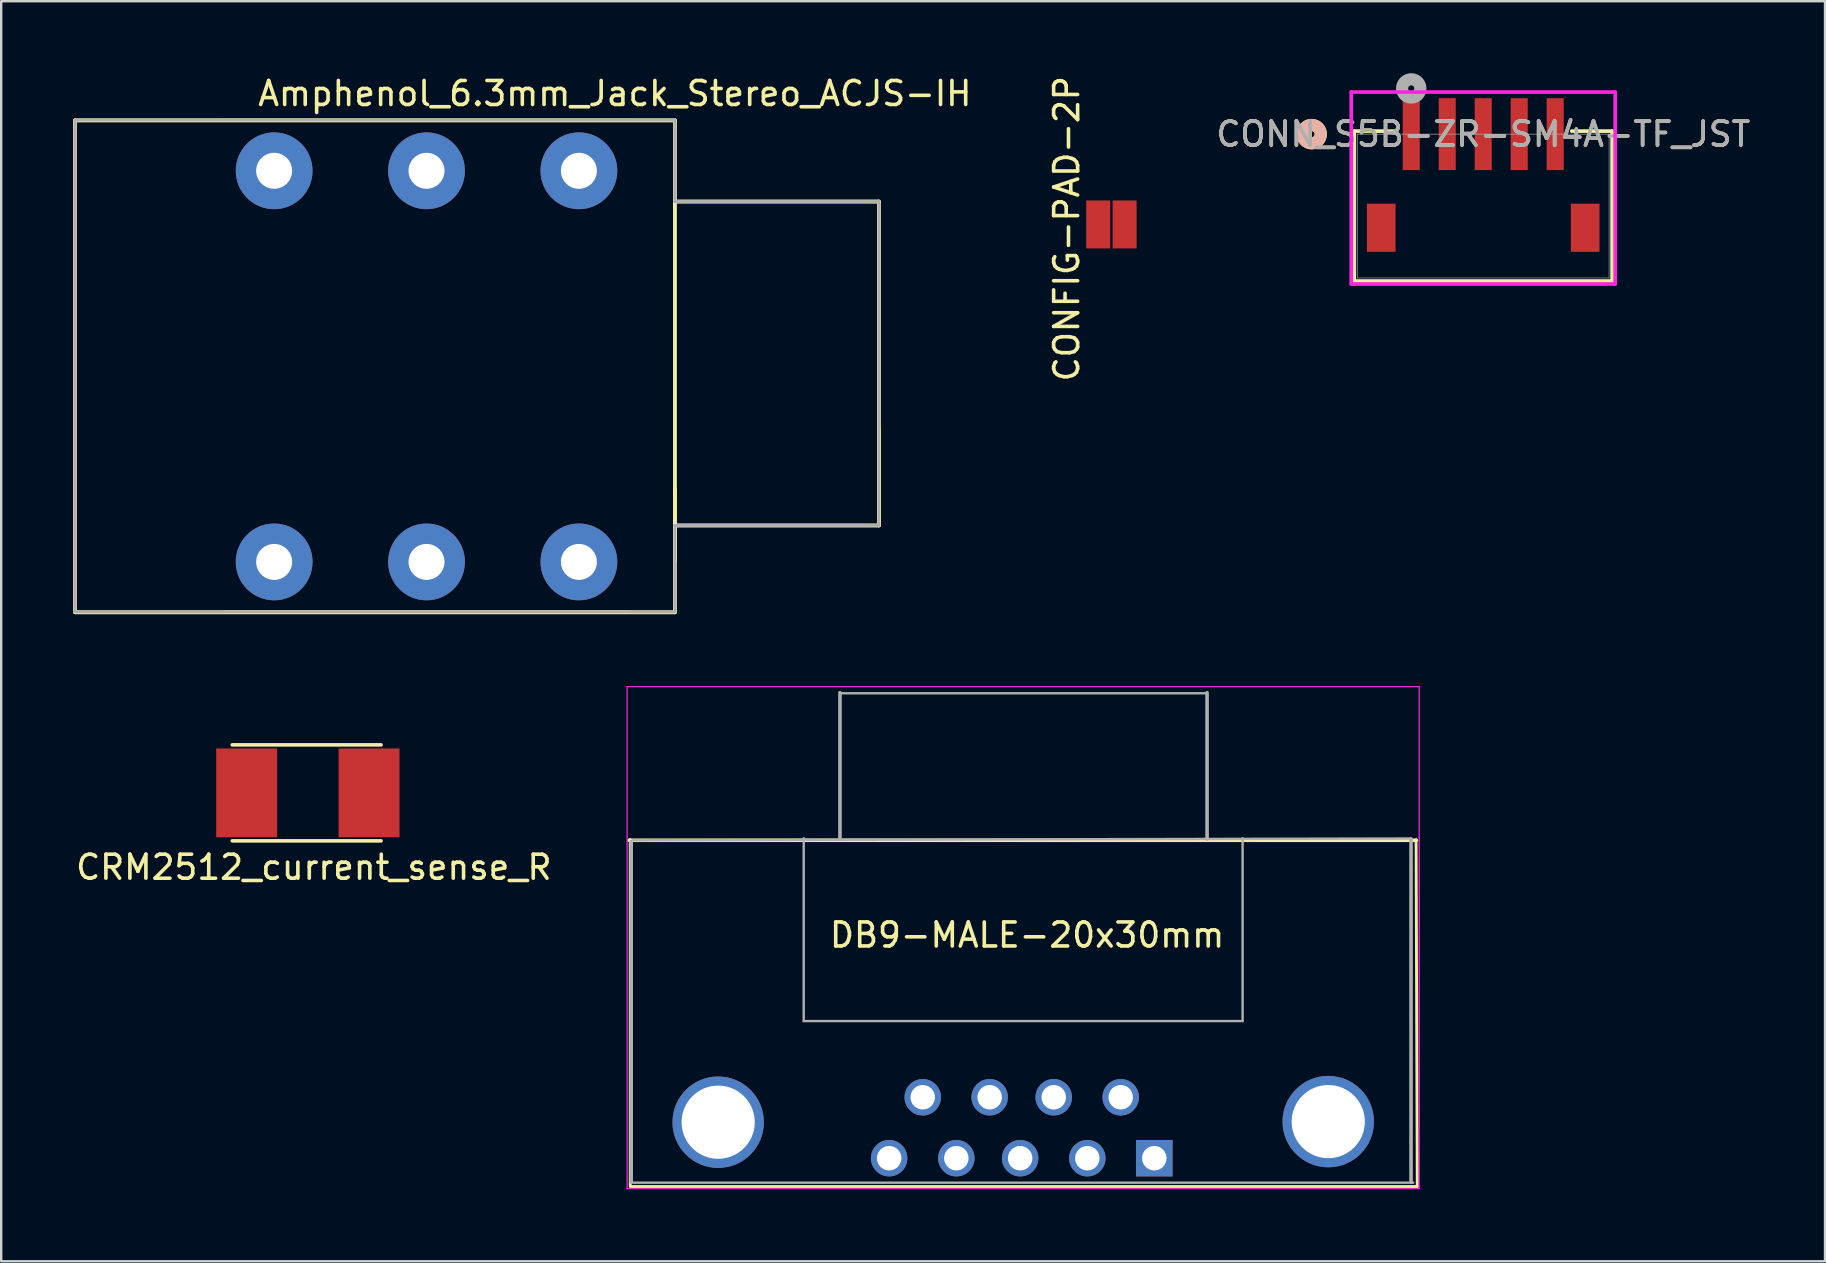
<source format=kicad_pcb>
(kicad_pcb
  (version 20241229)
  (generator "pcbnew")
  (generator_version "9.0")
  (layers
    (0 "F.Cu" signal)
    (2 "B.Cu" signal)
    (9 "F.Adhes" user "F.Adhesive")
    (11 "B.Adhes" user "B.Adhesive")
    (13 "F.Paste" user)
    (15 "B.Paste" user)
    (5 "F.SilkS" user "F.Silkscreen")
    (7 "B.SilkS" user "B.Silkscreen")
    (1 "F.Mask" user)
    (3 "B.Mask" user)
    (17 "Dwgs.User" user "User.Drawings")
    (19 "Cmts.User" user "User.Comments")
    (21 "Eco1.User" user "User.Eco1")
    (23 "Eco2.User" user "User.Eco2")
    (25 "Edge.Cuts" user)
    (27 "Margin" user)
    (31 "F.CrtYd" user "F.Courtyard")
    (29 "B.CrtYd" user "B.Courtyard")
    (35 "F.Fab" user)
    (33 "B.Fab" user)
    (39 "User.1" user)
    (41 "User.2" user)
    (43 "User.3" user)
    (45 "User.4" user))
  (footprint "CONN_S5B-ZR-SM4A-TF_JST"
    (layer "F.Cu")
    (at 55.763 2.54)
    (property "Reference" "CONN_S5B-ZR-SM4A-TF_JST" (at 3 0 0) (unlocked yes) (layer "F.SilkS") (effects (font (size 1 1) (thickness 0.15))))
    (attr smd)
    (fp_line (start -2.372 -0.127) (end -2.372 6.121) (stroke (width 0.152) (type solid)) (layer "F.SilkS"))
    (fp_line (start -2.372 6.121) (end 8.372 6.121) (stroke (width 0.152) (type solid)) (layer "F.SilkS"))
    (fp_line (start -0.688 -0.127) (end -2.372 -0.127) (stroke (width 0.152) (type solid)) (layer "F.SilkS"))
    (fp_line (start 8.372 -0.127) (end 6.688 -0.127) (stroke (width 0.152) (type solid)) (layer "F.SilkS"))
    (fp_line (start 8.372 6.121) (end 8.372 -0.127) (stroke (width 0.152) (type solid)) (layer "F.SilkS"))
    (fp_circle (center -4.15 0) (end -3.769 0) (stroke (width 0.508) (type solid)) (fill no) (layer "F.SilkS"))
    (fp_circle (center -4.15 0) (end -3.769 0) (stroke (width 0.508) (type solid)) (fill no) (layer "B.SilkS"))
    (fp_line (start -2.499 -1.753) (end -2.499 6.248) (stroke (width 0.152) (type solid)) (layer "F.CrtYd"))
    (fp_line (start -2.499 6.248) (end 8.499 6.248) (stroke (width 0.152) (type solid)) (layer "F.CrtYd"))
    (fp_line (start 8.499 -1.753) (end -2.499 -1.753) (stroke (width 0.152) (type solid)) (layer "F.CrtYd"))
    (fp_line (start 8.499 6.248) (end 8.499 -1.753) (stroke (width 0.152) (type solid)) (layer "F.CrtYd"))
    (fp_line (start -2.245 0) (end -2.245 5.994) (stroke (width 0.025) (type solid)) (layer "F.Fab"))
    (fp_line (start -2.245 5.994) (end 8.245 5.994) (stroke (width 0.025) (type solid)) (layer "F.Fab"))
    (fp_line (start 8.245 0) (end -2.245 0) (stroke (width 0.025) (type solid)) (layer "F.Fab"))
    (fp_line (start 8.245 5.994) (end 8.245 0) (stroke (width 0.025) (type solid)) (layer "F.Fab"))
    (fp_circle (center 0 -1.905) (end 0.381 -1.905) (stroke (width 0.508) (type solid)) (fill no) (layer "F.Fab"))
    (fp_text user "${REFERENCE}" (at 3 0 0) (unlocked yes) (layer "F.Fab") (effects (font (size 1 1) (thickness 0.15))))
    (pad "1" smd rect (at 0 0) (size 0.711 2.997) (layers "F.Cu" "F.Mask" "F.Paste"))
    (pad "2" smd rect (at 1.5 0) (size 0.711 2.997) (layers "F.Cu" "F.Mask" "F.Paste"))
    (pad "3" smd rect (at 3 0) (size 0.711 2.997) (layers "F.Cu" "F.Mask" "F.Paste"))
    (pad "4" smd rect (at 4.5 0) (size 0.711 2.997) (layers "F.Cu" "F.Mask" "F.Paste"))
    (pad "5" smd rect (at 6 0) (size 0.711 2.997) (layers "F.Cu" "F.Mask" "F.Paste"))
    (pad "6" smd rect (at -1.25 3.902) (size 1.194 2.007) (layers "F.Cu" "F.Mask" "F.Paste"))
    (pad "7" smd rect (at 7.25 3.902) (size 1.194 2.007) (layers "F.Cu" "F.Mask" "F.Paste")))
  (footprint "Amphenol_6.3mm_Jack_Stereo_ACJS-IH"
    (layer "F.Cu")
    (at 14.725 12.218)
    (property "Reference" "Amphenol_6.3mm_Jack_Stereo_ACJS-IH" (at 7.85 -11.37 0) (layer "F.SilkS") (effects (font (size 1 1) (thickness 0.15))))
    (attr through_hole)
    (fp_line (start -14.65 -10.25) (end 10.35 -10.25) (stroke (width 0.15) (type solid)) (layer "F.SilkS"))
    (fp_line (start -14.65 -10.25) (end 10.35 -10.25) (stroke (width 0.15) (type solid)) (layer "F.SilkS"))
    (fp_line (start -14.65 10.13) (end -14.65 -10.25) (stroke (width 0.15) (type solid)) (layer "F.SilkS"))
    (fp_line (start -14.65 10.13) (end -14.65 -10.25) (stroke (width 0.15) (type solid)) (layer "F.SilkS"))
    (fp_line (start -8.45 10.25) (end 8.45 10.25) (stroke (width 0.12) (type solid)) (layer "F.SilkS"))
    (fp_line (start -8.45 10.25) (end 8.45 10.25) (stroke (width 0.12) (type solid)) (layer "F.SilkS"))
    (fp_line (start 8.45 -10.25) (end -8.45 -10.25) (stroke (width 0.12) (type solid)) (layer "F.SilkS"))
    (fp_line (start 8.45 -10.25) (end -8.45 -10.25) (stroke (width 0.12) (type solid)) (layer "F.SilkS"))
    (fp_line (start 10.35 -10.25) (end 10.35 10.25) (stroke (width 0.15) (type solid)) (layer "F.SilkS"))
    (fp_line (start 10.35 -10.25) (end 10.35 10.25) (stroke (width 0.15) (type solid)) (layer "F.SilkS"))
    (fp_line (start 10.35 6.63) (end 18.85 6.63) (stroke (width 0.15) (type solid)) (layer "F.SilkS"))
    (fp_line (start 10.35 6.63) (end 18.85 6.63) (stroke (width 0.15) (type solid)) (layer "F.SilkS"))
    (fp_line (start 10.35 8.13) (end 10.35 5.13) (stroke (width 0.15) (type solid)) (layer "F.SilkS"))
    (fp_line (start 10.35 8.13) (end 10.35 5.13) (stroke (width 0.15) (type solid)) (layer "F.SilkS"))
    (fp_line (start 10.35 10.25) (end -14.65 10.25) (stroke (width 0.15) (type solid)) (layer "F.SilkS"))
    (fp_line (start 10.35 10.25) (end -14.65 10.25) (stroke (width 0.15) (type solid)) (layer "F.SilkS"))
    (fp_line (start 18.85 -6.87) (end 10.35 -6.87) (stroke (width 0.15) (type solid)) (layer "F.SilkS"))
    (fp_line (start 18.85 -6.87) (end 10.35 -6.87) (stroke (width 0.15) (type solid)) (layer "F.SilkS"))
    (fp_line (start 18.85 6.63) (end 18.85 -6.87) (stroke (width 0.15) (type solid)) (layer "F.SilkS"))
    (fp_line (start 18.85 6.63) (end 18.85 -6.87) (stroke (width 0.15) (type solid)) (layer "F.SilkS"))
    (fp_line (start 18.85 6.63) (end 18.85 2.63) (stroke (width 0.15) (type solid)) (layer "F.SilkS"))
    (fp_line (start 18.85 6.63) (end 18.85 2.63) (stroke (width 0.15) (type solid)) (layer "F.SilkS"))
    (fp_line (start -14.65 -10.27) (end 10.35 -10.27) (stroke (width 0.12) (type solid)) (layer "F.Fab"))
    (fp_line (start -14.65 10.23) (end -14.65 -10.27) (stroke (width 0.12) (type solid)) (layer "F.Fab"))
    (fp_line (start 10.35 -10.27) (end 10.35 -6.87) (stroke (width 0.12) (type solid)) (layer "F.Fab"))
    (fp_line (start 10.35 -6.87) (end 18.85 -6.87) (stroke (width 0.12) (type solid)) (layer "F.Fab"))
    (fp_line (start 10.35 6.63) (end 10.35 10.23) (stroke (width 0.12) (type solid)) (layer "F.Fab"))
    (fp_line (start 10.35 10.23) (end -14.65 10.23) (stroke (width 0.12) (type solid)) (layer "F.Fab"))
    (fp_line (start 18.85 -6.87) (end 18.85 6.63) (stroke (width 0.12) (type solid)) (layer "F.Fab"))
    (fp_line (start 18.85 6.63) (end 10.35 6.63) (stroke (width 0.12) (type solid)) (layer "F.Fab"))
    (pad "R" thru_hole circle (at 0 -8.15) (size 3.2 3.2) (drill 1.5) (layers "*.Cu" "*.Mask"))
    (pad "RN" thru_hole circle (at 0 8.15) (size 3.2 3.2) (drill 1.5) (layers "*.Cu" "*.Mask"))
    (pad "S" thru_hole circle (at 6.35 -8.15) (size 3.2 3.2) (drill 1.5) (layers "*.Cu" "*.Mask"))
    (pad "SN" thru_hole circle (at 6.35 8.15) (size 3.2 3.2) (drill 1.5) (layers "*.Cu" "*.Mask"))
    (pad "T" thru_hole circle (at -6.35 -8.15) (size 3.2 3.2) (drill 1.5) (layers "*.Cu" "*.Mask"))
    (pad "TN" thru_hole circle (at -6.35 8.15) (size 3.2 3.2) (drill 1.5) (layers "*.Cu" "*.Mask")))
  (footprint "CONFIG-PAD-2P"
    (layer "F.Cu")
    (at 43.269 6.304)
    (property "Reference" "CONFIG-PAD-2P" (at -1.864 0.178 90) (layer "F.SilkS") (effects (font (size 1 1) (thickness 0.15))))
    (attr through_hole allow_soldermask_bridges)
    (fp_rect (start -1.05 -1) (end 1.047 1) (stroke (width 0) (type solid)) (fill yes) (layer "F.Mask"))
    (pad "1" smd rect (at -0.95 0) (size 1 2) (drill (offset 0.4 0)) (layers "F.Cu" "F.Mask"))
    (pad "2" smd rect (at 0.95 0) (size 1 2) (drill (offset -0.4 0)) (layers "F.Cu" "F.Mask"))
    (zone (net_name "") (layer "F.Cu") (hatch none 0.5) (connect_pads) (min_thickness 0.25) (filled_areas_thickness no) (keepout (tracks allowed) (vias allowed) (pads allowed) (copperpour not_allowed) (footprints allowed)) (placement (enabled no)) (fill) (polygon (pts (xy 42.019 5.104) (xy 44.519 5.104) (xy 44.519 7.504) (xy 42.019 7.504)))))
  (footprint "DB9-MALE-20x30mm"
    (layer "F.Cu")
    (at 45.055 45.218)
    (property "Reference" "DB9-MALE-20x30mm" (at -5.3 -9.3 0) (layer "F.SilkS") (effects (font (size 1 1) (thickness 0.15))))
    (attr through_hole)
    (fp_line (start -21.875 -13.25) (end -21.85 -13.25) (stroke (width 0.15) (type solid)) (layer "F.SilkS"))
    (fp_line (start -21.84 1.13) (end -21.84 -13.27) (stroke (width 0.12) (type solid)) (layer "F.SilkS"))
    (fp_line (start 10.91 -13.27) (end 10.96 1.18) (stroke (width 0.12) (type solid)) (layer "F.SilkS"))
    (fp_line (start 10.925 -13.25) (end -21.875 -13.25) (stroke (width 0.15) (type solid)) (layer "F.SilkS"))
    (fp_line (start 10.96 1.18) (end -21.84 1.18) (stroke (width 0.12) (type solid)) (layer "F.SilkS"))
    (fp_line (start -21.97 -19.65) (end -21.97 1.27) (stroke (width 0.05) (type solid)) (layer "F.CrtYd"))
    (fp_line (start -21.97 -19.65) (end 11.04 -19.65) (stroke (width 0.05) (type solid)) (layer "F.CrtYd"))
    (fp_line (start 11.04 1.27) (end -21.97 1.27) (stroke (width 0.05) (type solid)) (layer "F.CrtYd"))
    (fp_line (start 11.04 1.27) (end 11.04 -19.65) (stroke (width 0.05) (type solid)) (layer "F.CrtYd"))
    (fp_line (start -21.8 -13.2) (end -21.8 1) (stroke (width 0.15) (type solid)) (layer "F.Fab"))
    (fp_line (start -21.725 -13.25) (end 10.7 -13.325) (stroke (width 0.1) (type solid)) (layer "F.Fab"))
    (fp_line (start -21.72 1.02) (end 10.79 1.02) (stroke (width 0.1) (type solid)) (layer "F.Fab"))
    (fp_line (start -14.61 -13.335) (end -14.61 -5.715) (stroke (width 0.1) (type solid)) (layer "F.Fab"))
    (fp_line (start -14.61 -5.715) (end 3.68 -5.715) (stroke (width 0.1) (type solid)) (layer "F.Fab"))
    (fp_line (start -13.1 -19.4) (end -13.1 -13.3) (stroke (width 0.15) (type solid)) (layer "F.Fab"))
    (fp_line (start -13.08 -19.375) (end 2.16 -19.375) (stroke (width 0.1) (type solid)) (layer "F.Fab"))
    (fp_line (start 2.2 -19.4) (end 2.2 -13.3) (stroke (width 0.15) (type solid)) (layer "F.Fab"))
    (fp_line (start 3.68 -5.715) (end 3.68 -13.335) (stroke (width 0.1) (type solid)) (layer "F.Fab"))
    (fp_line (start 10.7 -13.3) (end 10.7 1) (stroke (width 0.15) (type solid)) (layer "F.Fab"))
    (pad "" thru_hole circle (at -18.175 -1.5) (size 3.81 3.81) (drill 3.05) (layers "*.Cu" "*.Mask"))
    (pad "" thru_hole circle (at 7.25 -1.525) (size 3.81 3.81) (drill 3.05) (layers "*.Cu" "*.Mask"))
    (pad "1" thru_hole rect (at 0 0) (size 1.52 1.52) (drill 1.02) (layers "*.Cu" "*.Mask"))
    (pad "2" thru_hole circle (at -2.79 0) (size 1.52 1.52) (drill 1.02) (layers "*.Cu" "*.Mask"))
    (pad "3" thru_hole circle (at -5.59 0) (size 1.52 1.52) (drill 1.02) (layers "*.Cu" "*.Mask"))
    (pad "4" thru_hole circle (at -8.25 0) (size 1.52 1.52) (drill 1.02) (layers "*.Cu" "*.Mask"))
    (pad "5" thru_hole circle (at -11.05 0) (size 1.52 1.52) (drill 1.02) (layers "*.Cu" "*.Mask"))
    (pad "6" thru_hole circle (at -1.4 -2.54) (size 1.52 1.52) (drill 1.02) (layers "*.Cu" "*.Mask"))
    (pad "7" thru_hole circle (at -4.19 -2.54) (size 1.52 1.52) (drill 1.02) (layers "*.Cu" "*.Mask"))
    (pad "8" thru_hole circle (at -6.86 -2.54) (size 1.52 1.52) (drill 1.02) (layers "*.Cu" "*.Mask"))
    (pad "9" thru_hole circle (at -9.65 -2.54) (size 1.52 1.52) (drill 1.02) (layers "*.Cu" "*.Mask")))
  (footprint "CRM2512_current_sense_R"
    (layer "F.Cu")
    (at 11.63 25.793)
    (property "Reference" "CRM2512_current_sense_R" (at -1.6 7.3 0) (layer "F.SilkS") (effects (font (size 1 1) (thickness 0.15))))
    (attr through_hole)
    (fp_line (start -5 2.2) (end 1.2 2.2) (stroke (width 0.15) (type solid)) (layer "F.SilkS"))
    (fp_line (start -5 6.2) (end 1.2 6.2) (stroke (width 0.15) (type solid)) (layer "F.SilkS"))
    (pad "1" smd rect (at -4.4 4.2) (size 2.54 3.7) (layers "F.Cu" "F.Mask" "F.Paste"))
    (pad "2" smd rect (at 0.7 4.2) (size 2.54 3.7) (layers "F.Cu" "F.Mask" "F.Paste")))
  (gr_rect
    (start -3 -3)
    (end 73.007 49.513)
    (stroke (width 0.1) (type default))
    (fill no)
    (layer "Edge.Cuts")))
</source>
